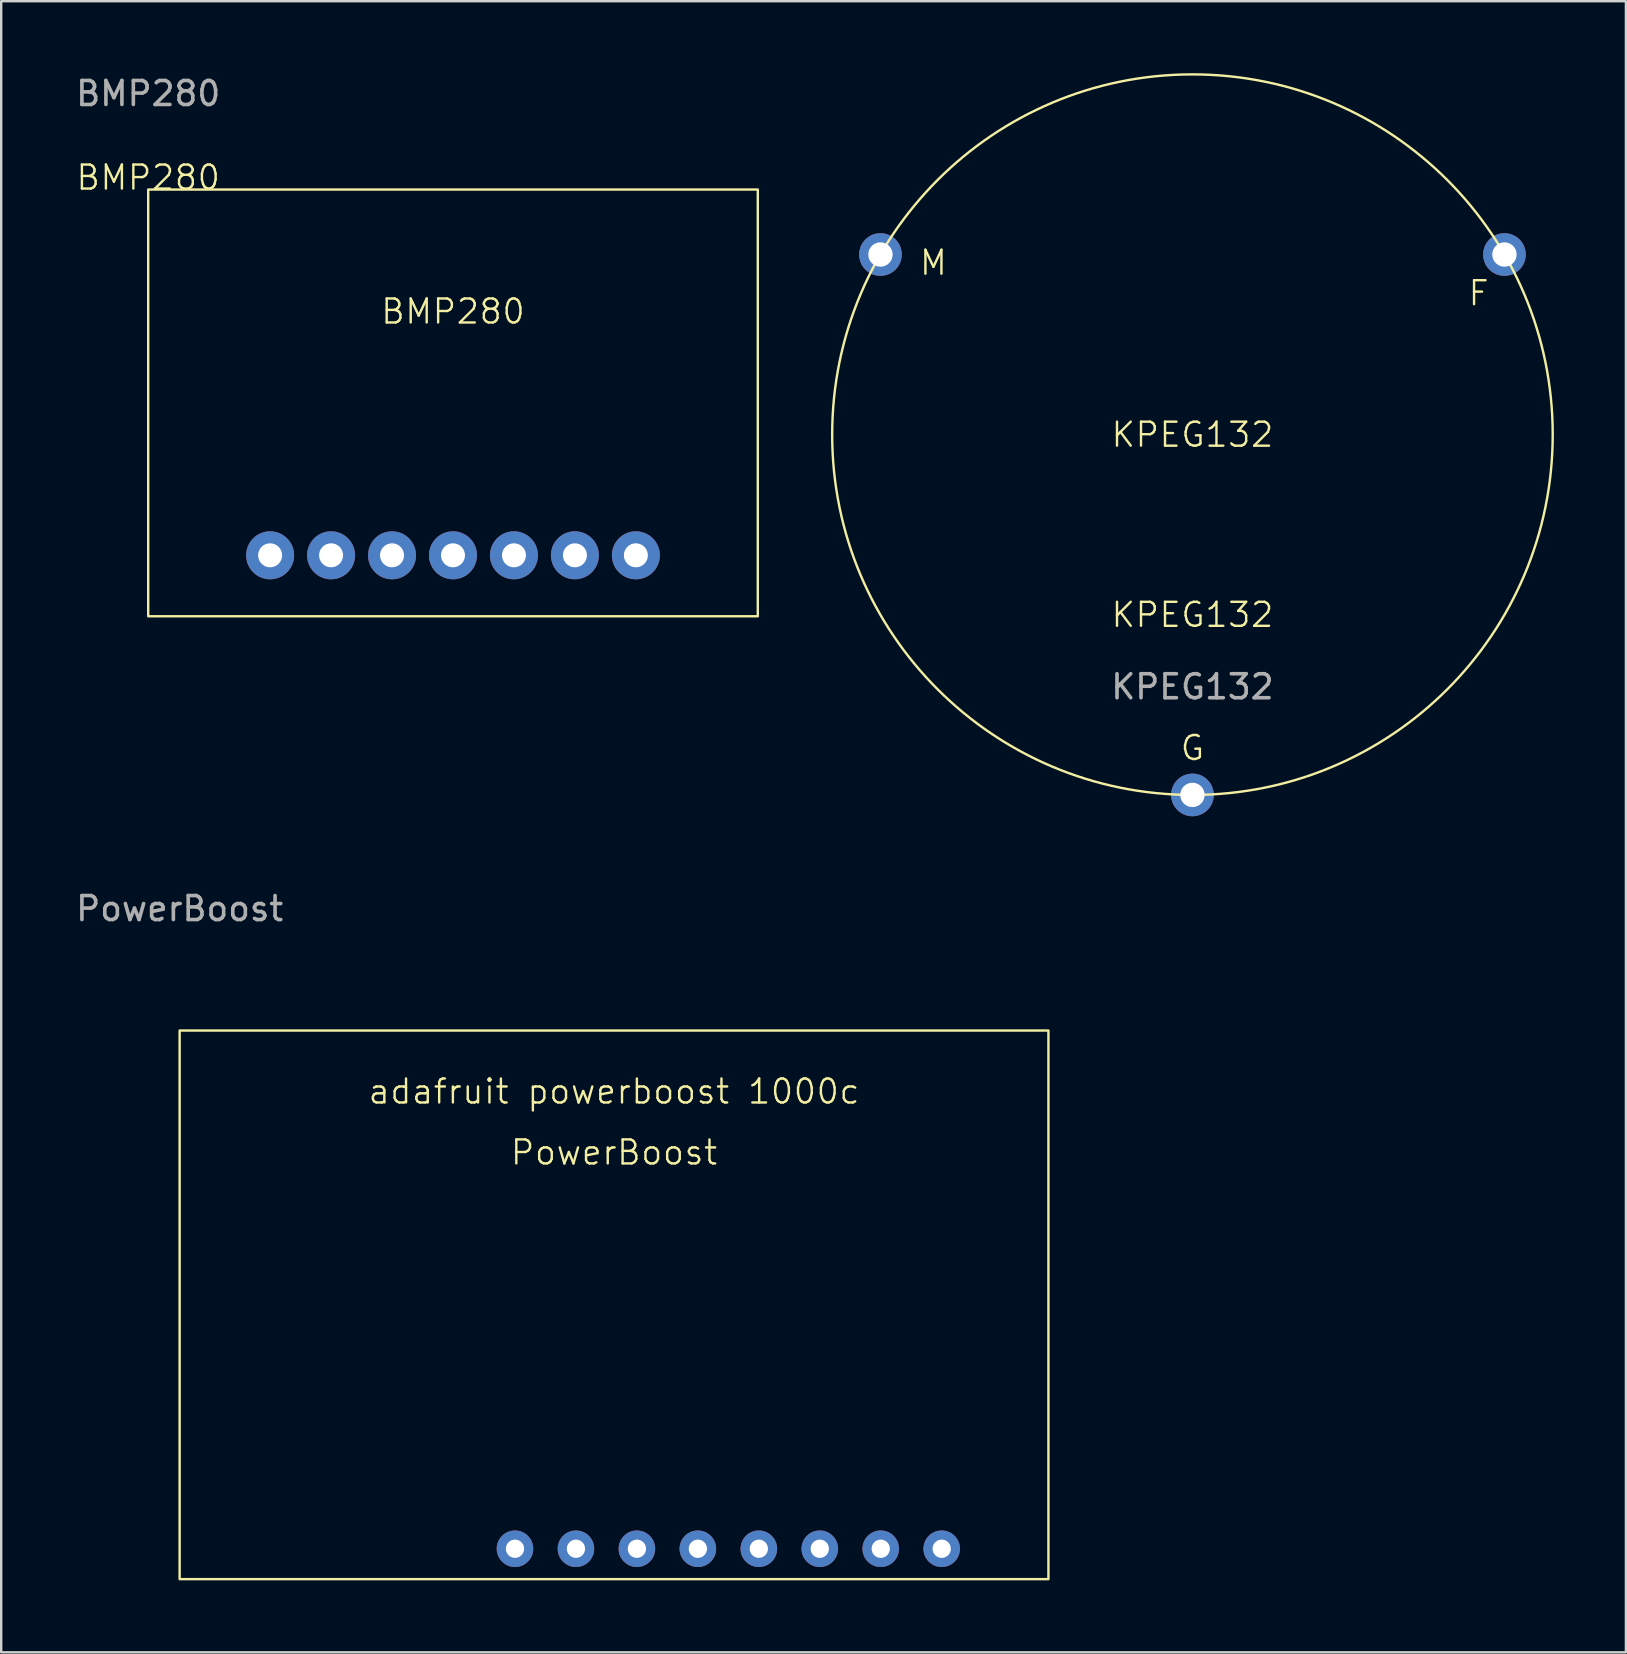
<source format=kicad_pcb>
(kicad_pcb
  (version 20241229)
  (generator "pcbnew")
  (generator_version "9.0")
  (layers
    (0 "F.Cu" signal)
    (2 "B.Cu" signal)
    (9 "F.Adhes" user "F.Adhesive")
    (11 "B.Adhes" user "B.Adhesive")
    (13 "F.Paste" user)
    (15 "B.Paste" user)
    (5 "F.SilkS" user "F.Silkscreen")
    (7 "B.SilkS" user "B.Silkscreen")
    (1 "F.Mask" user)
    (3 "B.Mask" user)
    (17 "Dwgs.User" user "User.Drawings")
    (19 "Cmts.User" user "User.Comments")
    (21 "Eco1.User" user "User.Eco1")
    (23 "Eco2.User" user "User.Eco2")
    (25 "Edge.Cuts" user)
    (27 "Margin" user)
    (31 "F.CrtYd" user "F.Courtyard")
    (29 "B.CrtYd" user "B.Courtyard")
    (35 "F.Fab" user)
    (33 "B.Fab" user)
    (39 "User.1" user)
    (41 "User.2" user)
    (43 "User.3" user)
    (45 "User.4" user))
  (footprint "PowerBoost"
    (layer "F.Cu")
    (at 4.435 39.889)
    (property "Reference" "PowerBoost" (at 18.1 5.08 0) (unlocked yes) (layer "F.SilkS") (effects (font (size 1 1) (thickness 0.1))))
    (attr through_hole)
    (fp_rect (start 0 0) (end 36.2 22.86) (stroke (width 0.1) (type default)) (fill no) (layer "F.SilkS"))
    (fp_text user "adafruit powerboost 1000c" (at 18.1 2.54 0) (unlocked yes) (layer "F.SilkS") (effects (font (size 1 1) (thickness 0.1))))
    (fp_text user "${REFERENCE}" (at 0 -5.08 0) (unlocked yes) (layer "F.Fab") (effects (font (size 1 1) (thickness 0.15))))
    (pad "1" thru_hole circle (at 13.973 21.593) (size 1.524 1.524) (drill 0.762) (layers "*.Cu" "*.Mask"))
    (pad "2" thru_hole circle (at 16.513 21.593) (size 1.524 1.524) (drill 0.762) (layers "*.Cu" "*.Mask"))
    (pad "3" thru_hole circle (at 19.053 21.593) (size 1.524 1.524) (drill 0.762) (layers "*.Cu" "*.Mask"))
    (pad "4" thru_hole circle (at 21.593 21.593) (size 1.524 1.524) (drill 0.762) (layers "*.Cu" "*.Mask"))
    (pad "5" thru_hole circle (at 24.133 21.593) (size 1.524 1.524) (drill 0.762) (layers "*.Cu" "*.Mask"))
    (pad "6" thru_hole circle (at 26.673 21.593) (size 1.524 1.524) (drill 0.762) (layers "*.Cu" "*.Mask"))
    (pad "7" thru_hole circle (at 29.213 21.593) (size 1.524 1.524) (drill 0.762) (layers "*.Cu" "*.Mask"))
    (pad "8" thru_hole circle (at 31.753 21.593) (size 1.524 1.524) (drill 0.762) (layers "*.Cu" "*.Mask")))
  (footprint "KPEG132"
    (layer "F.Cu")
    (at 46.636 15.061)
    (property "Reference" "KPEG132" (at 0 7.506 0) (unlocked yes) (layer "F.SilkS") (effects (font (size 1 1) (thickness 0.1))))
    (attr through_hole)
    (fp_circle (center 0 0) (end 13 -7.506) (stroke (width 0.1) (type default)) (fill no) (layer "F.SilkS"))
    (fp_text user "KPEG132" (at 0 0 0) (unlocked yes) (layer "F.SilkS") (effects (font (size 1 1) (thickness 0.1))))
    (fp_text user "F" (at 11.43 -5.309 0) (unlocked yes) (layer "F.SilkS") (effects (font (size 1 1) (thickness 0.1)) (justify left bottom)))
    (fp_text user "M" (at -11.43 -6.579 0) (unlocked yes) (layer "F.SilkS") (effects (font (size 1 1) (thickness 0.1)) (justify left bottom)))
    (fp_text user "G" (at 0 12.471 0) (unlocked yes) (layer "F.SilkS") (effects (font (size 1 1) (thickness 0.1)) (justify top)))
    (fp_text user "${REFERENCE}" (at 0 10.506 0) (unlocked yes) (layer "F.Fab") (effects (font (size 1 1) (thickness 0.15))))
    (pad "1" thru_hole circle (at 13 -7.506) (size 1.778 1.778) (drill 1.016) (layers "*.Cu" "*.Mask"))
    (pad "2" thru_hole circle (at -13 -7.506) (size 1.778 1.778) (drill 1.016) (layers "*.Cu" "*.Mask"))
    (pad "3" thru_hole circle (at 0 15.011) (size 1.778 1.778) (drill 1.016) (layers "*.Cu" "*.Mask")))
  (footprint "BMP280"
    (layer "F.Cu")
    (at 3.125 4.848)
    (property "Reference" "BMP280" (at 0 -0.5 0) (unlocked yes) (layer "F.SilkS") (effects (font (size 1 1) (thickness 0.1))))
    (attr through_hole)
    (fp_rect (start 0 0) (end 25.4 17.78) (stroke (width 0.1) (type default)) (fill no) (layer "F.SilkS"))
    (fp_text user "BMP280" (at 12.7 5.08 0) (unlocked yes) (layer "F.SilkS") (effects (font (size 1 1) (thickness 0.1))))
    (fp_text user "${REFERENCE}" (at 0 -4 0) (unlocked yes) (layer "F.Fab") (effects (font (size 1 1) (thickness 0.15))))
    (pad "1" thru_hole circle (at 5.08 15.24) (size 2 2) (drill 1) (layers "*.Cu" "*.Mask"))
    (pad "2" thru_hole circle (at 7.62 15.24) (size 2 2) (drill 1) (layers "*.Cu" "*.Mask"))
    (pad "3" thru_hole circle (at 10.16 15.24) (size 2 2) (drill 1) (layers "*.Cu" "*.Mask"))
    (pad "4" thru_hole circle (at 12.7 15.24) (size 2 2) (drill 1) (layers "*.Cu" "*.Mask"))
    (pad "5" thru_hole circle (at 15.24 15.24) (size 2 2) (drill 1) (layers "*.Cu" "*.Mask"))
    (pad "6" thru_hole circle (at 17.78 15.24) (size 2 2) (drill 1) (layers "*.Cu" "*.Mask"))
    (pad "7" thru_hole circle (at 20.32 15.24) (size 2 2) (drill 1) (layers "*.Cu" "*.Mask")))
  (gr_rect
    (start -3 -3)
    (end 64.697 65.799)
    (stroke (width 0.1) (type default))
    (fill no)
    (layer "Edge.Cuts")))
</source>
